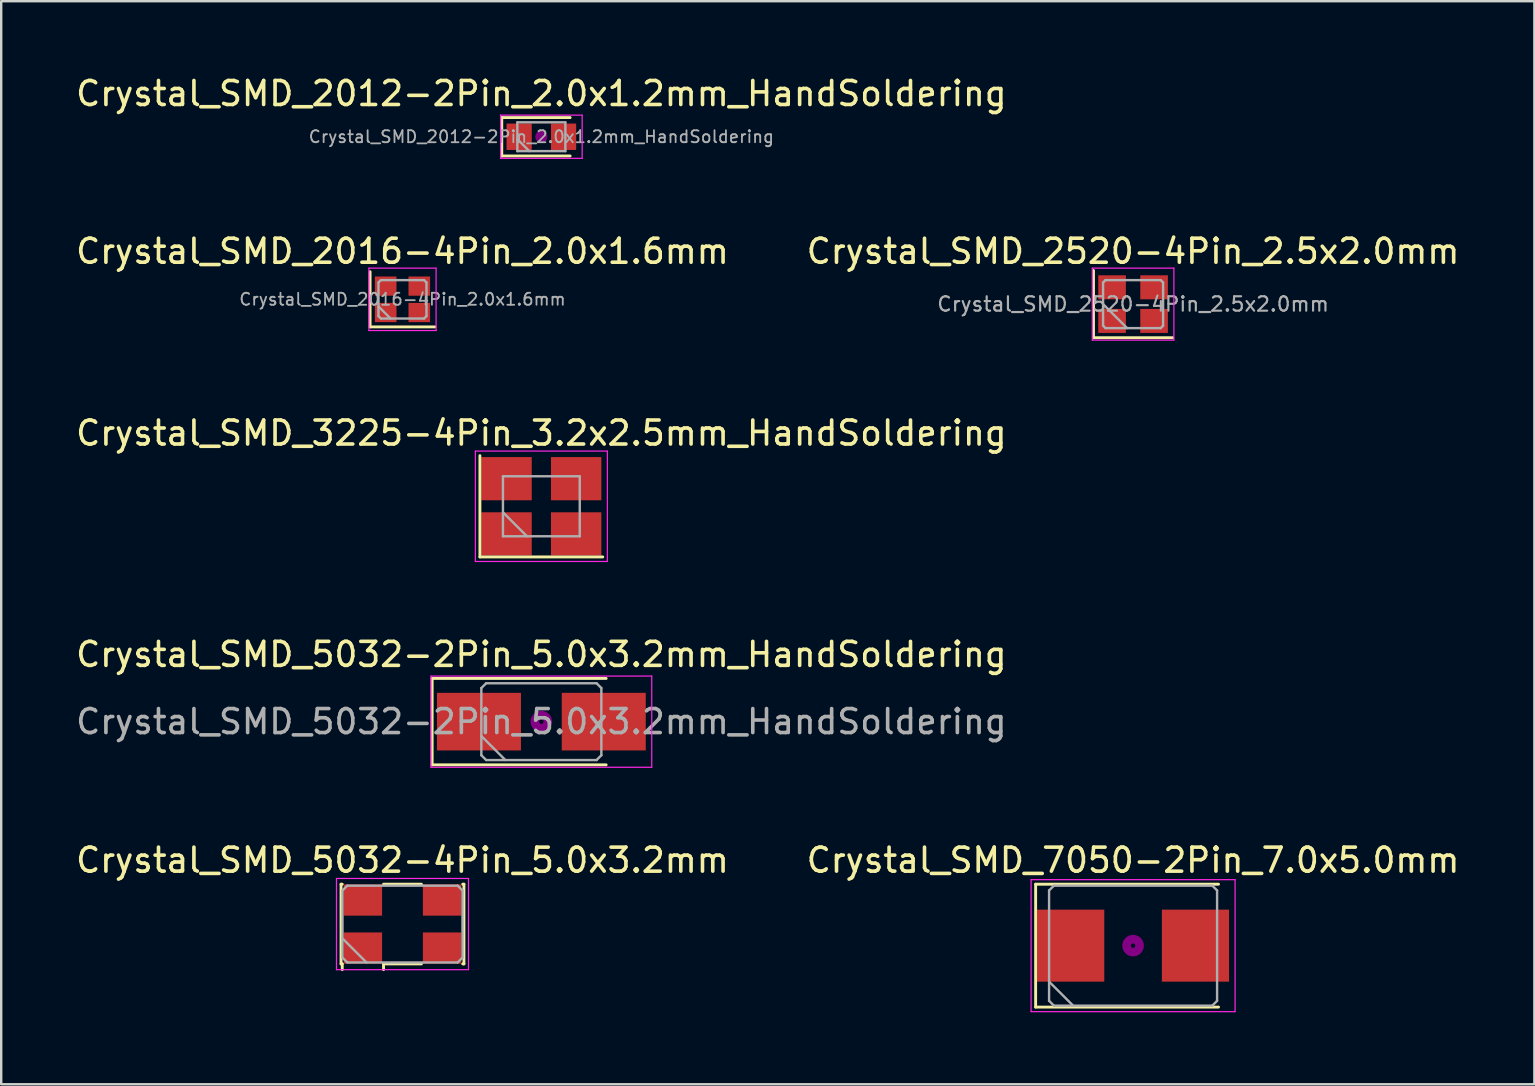
<source format=kicad_pcb>
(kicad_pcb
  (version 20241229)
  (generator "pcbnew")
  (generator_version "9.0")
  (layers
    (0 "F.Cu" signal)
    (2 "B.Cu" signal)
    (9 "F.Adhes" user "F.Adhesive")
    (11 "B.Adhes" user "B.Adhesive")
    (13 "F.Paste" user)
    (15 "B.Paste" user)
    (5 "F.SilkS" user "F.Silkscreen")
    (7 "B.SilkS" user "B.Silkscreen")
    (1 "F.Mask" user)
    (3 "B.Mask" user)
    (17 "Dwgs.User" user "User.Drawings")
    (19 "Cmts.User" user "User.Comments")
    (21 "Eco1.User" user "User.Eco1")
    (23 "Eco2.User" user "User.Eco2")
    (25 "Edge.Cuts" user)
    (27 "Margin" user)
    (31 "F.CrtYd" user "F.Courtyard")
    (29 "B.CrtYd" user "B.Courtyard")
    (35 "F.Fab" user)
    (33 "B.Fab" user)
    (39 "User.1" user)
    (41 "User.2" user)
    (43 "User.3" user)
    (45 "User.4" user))
  (footprint "Crystal_SMD_2016-4Pin_2.0x1.6mm"
    (layer "F.Cu")
    (at 13.72 9.421)
    (property "Reference" "Crystal_SMD_2016-4Pin_2.0x1.6mm" (at 0 -2 0) (layer "F.SilkS") (effects (font (size 1 1) (thickness 0.15))))
    (attr smd)
    (fp_line (start -1.35 -1.15) (end -1.35 1.15) (stroke (width 0.12) (type solid)) (layer "F.SilkS"))
    (fp_line (start -1.35 1.15) (end 1.35 1.15) (stroke (width 0.12) (type solid)) (layer "F.SilkS"))
    (fp_line (start -1.4 -1.3) (end -1.4 1.3) (stroke (width 0.05) (type solid)) (layer "F.CrtYd"))
    (fp_line (start -1.4 1.3) (end 1.4 1.3) (stroke (width 0.05) (type solid)) (layer "F.CrtYd"))
    (fp_line (start 1.4 -1.3) (end -1.4 -1.3) (stroke (width 0.05) (type solid)) (layer "F.CrtYd"))
    (fp_line (start 1.4 1.3) (end 1.4 -1.3) (stroke (width 0.05) (type solid)) (layer "F.CrtYd"))
    (fp_line (start -1 -0.7) (end -0.9 -0.8) (stroke (width 0.1) (type solid)) (layer "F.Fab"))
    (fp_line (start -1 0.3) (end -0.5 0.8) (stroke (width 0.1) (type solid)) (layer "F.Fab"))
    (fp_line (start -1 0.7) (end -1 -0.7) (stroke (width 0.1) (type solid)) (layer "F.Fab"))
    (fp_line (start -0.9 -0.8) (end 0.9 -0.8) (stroke (width 0.1) (type solid)) (layer "F.Fab"))
    (fp_line (start -0.9 0.8) (end -1 0.7) (stroke (width 0.1) (type solid)) (layer "F.Fab"))
    (fp_line (start 0.9 -0.8) (end 1 -0.7) (stroke (width 0.1) (type solid)) (layer "F.Fab"))
    (fp_line (start 0.9 0.8) (end -0.9 0.8) (stroke (width 0.1) (type solid)) (layer "F.Fab"))
    (fp_line (start 1 -0.7) (end 1 0.7) (stroke (width 0.1) (type solid)) (layer "F.Fab"))
    (fp_line (start 1 0.7) (end 0.9 0.8) (stroke (width 0.1) (type solid)) (layer "F.Fab"))
    (fp_text user "${REFERENCE}" (at 0 0 0) (layer "F.Fab") (effects (font (size 0.5 0.5) (thickness 0.075))))
    (pad "1" smd rect (at -0.7 0.55) (size 0.9 0.8) (layers "F.Cu" "F.Mask" "F.Paste"))
    (pad "2" smd rect (at 0.7 0.55) (size 0.9 0.8) (layers "F.Cu" "F.Mask" "F.Paste"))
    (pad "3" smd rect (at 0.7 -0.55) (size 0.9 0.8) (layers "F.Cu" "F.Mask" "F.Paste"))
    (pad "4" smd rect (at -0.7 -0.55) (size 0.9 0.8) (layers "F.Cu" "F.Mask" "F.Paste")))
  (footprint "Crystal_SMD_2520-4Pin_2.5x2.0mm"
    (layer "F.Cu")
    (at 44.161 9.621)
    (property "Reference" "Crystal_SMD_2520-4Pin_2.5x2.0mm" (at 0 -2.2 0) (layer "F.SilkS") (effects (font (size 1 1) (thickness 0.15))))
    (attr smd)
    (fp_line (start -1.65 -1.4) (end -1.65 1.4) (stroke (width 0.12) (type solid)) (layer "F.SilkS"))
    (fp_line (start -1.65 1.4) (end 1.65 1.4) (stroke (width 0.12) (type solid)) (layer "F.SilkS"))
    (fp_line (start -1.7 -1.5) (end -1.7 1.5) (stroke (width 0.05) (type solid)) (layer "F.CrtYd"))
    (fp_line (start -1.7 1.5) (end 1.7 1.5) (stroke (width 0.05) (type solid)) (layer "F.CrtYd"))
    (fp_line (start 1.7 -1.5) (end -1.7 -1.5) (stroke (width 0.05) (type solid)) (layer "F.CrtYd"))
    (fp_line (start 1.7 1.5) (end 1.7 -1.5) (stroke (width 0.05) (type solid)) (layer "F.CrtYd"))
    (fp_line (start -1.25 -0.9) (end -1.15 -1) (stroke (width 0.1) (type solid)) (layer "F.Fab"))
    (fp_line (start -1.25 0) (end -0.25 1) (stroke (width 0.1) (type solid)) (layer "F.Fab"))
    (fp_line (start -1.25 0.9) (end -1.25 -0.9) (stroke (width 0.1) (type solid)) (layer "F.Fab"))
    (fp_line (start -1.15 -1) (end 1.15 -1) (stroke (width 0.1) (type solid)) (layer "F.Fab"))
    (fp_line (start -1.15 1) (end -1.25 0.9) (stroke (width 0.1) (type solid)) (layer "F.Fab"))
    (fp_line (start 1.15 -1) (end 1.25 -0.9) (stroke (width 0.1) (type solid)) (layer "F.Fab"))
    (fp_line (start 1.15 1) (end -1.15 1) (stroke (width 0.1) (type solid)) (layer "F.Fab"))
    (fp_line (start 1.25 -0.9) (end 1.25 0.9) (stroke (width 0.1) (type solid)) (layer "F.Fab"))
    (fp_line (start 1.25 0.9) (end 1.15 1) (stroke (width 0.1) (type solid)) (layer "F.Fab"))
    (fp_text user "${REFERENCE}" (at 0 0 0) (layer "F.Fab") (effects (font (size 0.6 0.6) (thickness 0.09))))
    (pad "1" smd rect (at -0.875 0.7) (size 1.15 1) (layers "F.Cu" "F.Mask" "F.Paste"))
    (pad "2" smd rect (at 0.875 0.7) (size 1.15 1) (layers "F.Cu" "F.Mask" "F.Paste"))
    (pad "3" smd rect (at 0.875 -0.7) (size 1.15 1) (layers "F.Cu" "F.Mask" "F.Paste"))
    (pad "4" smd rect (at -0.875 -0.7) (size 1.15 1) (layers "F.Cu" "F.Mask" "F.Paste")))
  (footprint "Crystal_SMD_7050-2Pin_7.0x5.0mm"
    (layer "F.Cu")
    (at 44.161 36.351)
    (property "Reference" "Crystal_SMD_7050-2Pin_7.0x5.0mm" (at 0 -3.56 0) (layer "F.SilkS") (effects (font (size 1 1) (thickness 0.15))))
    (attr smd)
    (fp_line (start -4.06 -2.56) (end -4.06 2.56) (stroke (width 0.12) (type solid)) (layer "F.SilkS"))
    (fp_line (start -4.06 2.56) (end 3.56 2.56) (stroke (width 0.12) (type solid)) (layer "F.SilkS"))
    (fp_line (start 3.56 -2.56) (end -4.06 -2.56) (stroke (width 0.12) (type solid)) (layer "F.SilkS"))
    (fp_circle (center 0 0) (end 0.093 0) (stroke (width 0.187) (type solid)) (fill no) (layer "F.Adhes"))
    (fp_circle (center 0 0) (end 0.213 0) (stroke (width 0.133) (type solid)) (fill no) (layer "F.Adhes"))
    (fp_circle (center 0 0) (end 0.333 0) (stroke (width 0.133) (type solid)) (fill no) (layer "F.Adhes"))
    (fp_circle (center 0 0) (end 0.4 0) (stroke (width 0.1) (type solid)) (fill no) (layer "F.Adhes"))
    (fp_line (start -4.25 -2.75) (end -4.25 2.75) (stroke (width 0.05) (type solid)) (layer "F.CrtYd"))
    (fp_line (start -4.25 2.75) (end 4.25 2.75) (stroke (width 0.05) (type solid)) (layer "F.CrtYd"))
    (fp_line (start 4.25 -2.75) (end -4.25 -2.75) (stroke (width 0.05) (type solid)) (layer "F.CrtYd"))
    (fp_line (start 4.25 2.75) (end 4.25 -2.75) (stroke (width 0.05) (type solid)) (layer "F.CrtYd"))
    (fp_line (start -3.5 -2.3) (end -3.3 -2.5) (stroke (width 0.1) (type solid)) (layer "F.Fab"))
    (fp_line (start -3.5 1.5) (end -2.5 2.5) (stroke (width 0.1) (type solid)) (layer "F.Fab"))
    (fp_line (start -3.5 2.3) (end -3.5 -2.3) (stroke (width 0.1) (type solid)) (layer "F.Fab"))
    (fp_line (start -3.3 -2.5) (end 3.3 -2.5) (stroke (width 0.1) (type solid)) (layer "F.Fab"))
    (fp_line (start -3.3 2.5) (end -3.5 2.3) (stroke (width 0.1) (type solid)) (layer "F.Fab"))
    (fp_line (start 3.3 -2.5) (end 3.5 -2.3) (stroke (width 0.1) (type solid)) (layer "F.Fab"))
    (fp_line (start 3.3 2.5) (end -3.3 2.5) (stroke (width 0.1) (type solid)) (layer "F.Fab"))
    (fp_line (start 3.5 -2.3) (end 3.5 2.3) (stroke (width 0.1) (type solid)) (layer "F.Fab"))
    (fp_line (start 3.5 2.3) (end 3.3 2.5) (stroke (width 0.1) (type solid)) (layer "F.Fab"))
    (pad "1" smd rect (at -2.6 0) (size 2.8 3) (layers "F.Cu" "F.Mask"))
    (pad "2" smd rect (at 2.6 0) (size 2.8 3) (layers "F.Cu" "F.Mask")))
  (footprint "Crystal_SMD_2012-2Pin_2.0x1.2mm_HandSoldering"
    (layer "F.Cu")
    (at 19.506 2.648)
    (property "Reference" "Crystal_SMD_2012-2Pin_2.0x1.2mm_HandSoldering" (at 0 -1.8 0) (layer "F.SilkS") (effects (font (size 1 1) (thickness 0.15))))
    (attr smd)
    (fp_line (start -1.65 -0.8) (end -1.65 0.8) (stroke (width 0.12) (type solid)) (layer "F.SilkS"))
    (fp_line (start -1.65 0.8) (end 1.2 0.8) (stroke (width 0.12) (type solid)) (layer "F.SilkS"))
    (fp_line (start 1.2 -0.8) (end -1.65 -0.8) (stroke (width 0.12) (type solid)) (layer "F.SilkS"))
    (fp_circle (center 0 0) (end 0.047 0) (stroke (width 0.093) (type solid)) (fill no) (layer "F.Adhes"))
    (fp_circle (center 0 0) (end 0.107 0) (stroke (width 0.067) (type solid)) (fill no) (layer "F.Adhes"))
    (fp_circle (center 0 0) (end 0.167 0) (stroke (width 0.067) (type solid)) (fill no) (layer "F.Adhes"))
    (fp_circle (center 0 0) (end 0.2 0) (stroke (width 0.1) (type solid)) (fill no) (layer "F.Adhes"))
    (fp_line (start -1.7 -0.9) (end -1.7 0.9) (stroke (width 0.05) (type solid)) (layer "F.CrtYd"))
    (fp_line (start -1.7 0.9) (end 1.7 0.9) (stroke (width 0.05) (type solid)) (layer "F.CrtYd"))
    (fp_line (start 1.7 -0.9) (end -1.7 -0.9) (stroke (width 0.05) (type solid)) (layer "F.CrtYd"))
    (fp_line (start 1.7 0.9) (end 1.7 -0.9) (stroke (width 0.05) (type solid)) (layer "F.CrtYd"))
    (fp_line (start -1 -0.6) (end -1 0.6) (stroke (width 0.1) (type solid)) (layer "F.Fab"))
    (fp_line (start -1 0.1) (end -0.5 0.6) (stroke (width 0.1) (type solid)) (layer "F.Fab"))
    (fp_line (start -1 0.6) (end 1 0.6) (stroke (width 0.1) (type solid)) (layer "F.Fab"))
    (fp_line (start 1 -0.6) (end -1 -0.6) (stroke (width 0.1) (type solid)) (layer "F.Fab"))
    (fp_line (start 1 0.6) (end 1 -0.6) (stroke (width 0.1) (type solid)) (layer "F.Fab"))
    (fp_text user "${REFERENCE}" (at 0 0 0) (layer "F.Fab") (effects (font (size 0.5 0.5) (thickness 0.075))))
    (pad "1" smd rect (at -0.925 0) (size 1.05 1.1) (layers "F.Cu" "F.Mask" "F.Paste"))
    (pad "2" smd rect (at 0.925 0) (size 1.05 1.1) (layers "F.Cu" "F.Mask" "F.Paste")))
  (footprint "Crystal_SMD_3225-4Pin_3.2x2.5mm_HandSoldering"
    (layer "F.Cu")
    (at 19.506 18.045)
    (property "Reference" "Crystal_SMD_3225-4Pin_3.2x2.5mm_HandSoldering" (at 0 -3.05 0) (layer "F.SilkS") (effects (font (size 1 1) (thickness 0.15))))
    (attr smd)
    (fp_line (start -2.56 -2.11) (end -2.56 2.11) (stroke (width 0.12) (type solid)) (layer "F.SilkS"))
    (fp_line (start -2.56 2.11) (end 2.56 2.11) (stroke (width 0.12) (type solid)) (layer "F.SilkS"))
    (fp_line (start -2.75 -2.3) (end -2.75 2.3) (stroke (width 0.05) (type solid)) (layer "F.CrtYd"))
    (fp_line (start -2.75 2.3) (end 2.75 2.3) (stroke (width 0.05) (type solid)) (layer "F.CrtYd"))
    (fp_line (start 2.75 -2.3) (end -2.75 -2.3) (stroke (width 0.05) (type solid)) (layer "F.CrtYd"))
    (fp_line (start 2.75 2.3) (end 2.75 -2.3) (stroke (width 0.05) (type solid)) (layer "F.CrtYd"))
    (fp_line (start -1.6 -1.25) (end -1.6 1.25) (stroke (width 0.1) (type solid)) (layer "F.Fab"))
    (fp_line (start -1.6 0.25) (end -0.6 1.25) (stroke (width 0.1) (type solid)) (layer "F.Fab"))
    (fp_line (start -1.6 1.25) (end 1.6 1.25) (stroke (width 0.1) (type solid)) (layer "F.Fab"))
    (fp_line (start 1.6 -1.25) (end -1.6 -1.25) (stroke (width 0.1) (type solid)) (layer "F.Fab"))
    (fp_line (start 1.6 1.25) (end 1.6 -1.25) (stroke (width 0.1) (type solid)) (layer "F.Fab"))
    (pad "1" smd rect (at -1.45 1.15) (size 2.1 1.8) (layers "F.Cu" "F.Mask"))
    (pad "2" smd rect (at 1.45 1.15) (size 2.1 1.8) (layers "F.Cu" "F.Mask"))
    (pad "3" smd rect (at 1.45 -1.15) (size 2.1 1.8) (layers "F.Cu" "F.Mask"))
    (pad "4" smd rect (at -1.45 -1.15) (size 2.1 1.8) (layers "F.Cu" "F.Mask")))
  (footprint "Crystal_SMD_5032-2Pin_5.0x3.2mm_HandSoldering"
    (layer "F.Cu")
    (at 19.506 27.018)
    (property "Reference" "Crystal_SMD_5032-2Pin_5.0x3.2mm_HandSoldering" (at 0 -2.8 0) (layer "F.SilkS") (effects (font (size 1 1) (thickness 0.15))))
    (attr smd)
    (fp_line (start -4.55 -1.8) (end -4.55 1.8) (stroke (width 0.12) (type solid)) (layer "F.SilkS"))
    (fp_line (start -4.55 1.8) (end 2.7 1.8) (stroke (width 0.12) (type solid)) (layer "F.SilkS"))
    (fp_line (start 2.7 -1.8) (end -4.55 -1.8) (stroke (width 0.12) (type solid)) (layer "F.SilkS"))
    (fp_circle (center 0 0) (end 0.093 0) (stroke (width 0.187) (type solid)) (fill no) (layer "F.Adhes"))
    (fp_circle (center 0 0) (end 0.213 0) (stroke (width 0.133) (type solid)) (fill no) (layer "F.Adhes"))
    (fp_circle (center 0 0) (end 0.333 0) (stroke (width 0.133) (type solid)) (fill no) (layer "F.Adhes"))
    (fp_circle (center 0 0) (end 0.4 0) (stroke (width 0.1) (type solid)) (fill no) (layer "F.Adhes"))
    (fp_line (start -4.6 -1.9) (end -4.6 1.9) (stroke (width 0.05) (type solid)) (layer "F.CrtYd"))
    (fp_line (start -4.6 1.9) (end 4.6 1.9) (stroke (width 0.05) (type solid)) (layer "F.CrtYd"))
    (fp_line (start 4.6 -1.9) (end -4.6 -1.9) (stroke (width 0.05) (type solid)) (layer "F.CrtYd"))
    (fp_line (start 4.6 1.9) (end 4.6 -1.9) (stroke (width 0.05) (type solid)) (layer "F.CrtYd"))
    (fp_line (start -2.5 -1.4) (end -2.3 -1.6) (stroke (width 0.1) (type solid)) (layer "F.Fab"))
    (fp_line (start -2.5 0.6) (end -1.5 1.6) (stroke (width 0.1) (type solid)) (layer "F.Fab"))
    (fp_line (start -2.5 1.4) (end -2.5 -1.4) (stroke (width 0.1) (type solid)) (layer "F.Fab"))
    (fp_line (start -2.3 -1.6) (end 2.3 -1.6) (stroke (width 0.1) (type solid)) (layer "F.Fab"))
    (fp_line (start -2.3 1.6) (end -2.5 1.4) (stroke (width 0.1) (type solid)) (layer "F.Fab"))
    (fp_line (start 2.3 -1.6) (end 2.5 -1.4) (stroke (width 0.1) (type solid)) (layer "F.Fab"))
    (fp_line (start 2.3 1.6) (end -2.3 1.6) (stroke (width 0.1) (type solid)) (layer "F.Fab"))
    (fp_line (start 2.5 -1.4) (end 2.5 1.4) (stroke (width 0.1) (type solid)) (layer "F.Fab"))
    (fp_line (start 2.5 1.4) (end 2.3 1.6) (stroke (width 0.1) (type solid)) (layer "F.Fab"))
    (fp_text user "${REFERENCE}" (at 0 0 0) (layer "F.Fab") (effects (font (size 1 1) (thickness 0.15))))
    (pad "1" smd rect (at -2.6 0) (size 3.5 2.4) (layers "F.Cu" "F.Mask" "F.Paste"))
    (pad "2" smd rect (at 2.6 0) (size 3.5 2.4) (layers "F.Cu" "F.Mask" "F.Paste")))
  (footprint "Crystal_SMD_5032-4Pin_5.0x3.2mm"
    (layer "F.Cu")
    (at 13.72 35.451)
    (property "Reference" "Crystal_SMD_5032-4Pin_5.0x3.2mm" (at 0 -2.66 0) (layer "F.SilkS") (effects (font (size 1 1) (thickness 0.15))))
    (attr smd)
    (fp_line (start -2.56 -1.66) (end -2.51 -1.66) (stroke (width 0.12) (type solid)) (layer "F.SilkS"))
    (fp_line (start -2.56 1.66) (end -2.56 -1.66) (stroke (width 0.12) (type solid)) (layer "F.SilkS"))
    (fp_line (start -2.51 1.66) (end -2.56 1.66) (stroke (width 0.12) (type solid)) (layer "F.SilkS"))
    (fp_line (start -2.51 1.9) (end -2.51 1.66) (stroke (width 0.12) (type solid)) (layer "F.SilkS"))
    (fp_line (start -0.79 -1.66) (end 0.79 -1.66) (stroke (width 0.12) (type solid)) (layer "F.SilkS"))
    (fp_line (start -0.79 1.66) (end -0.79 1.9) (stroke (width 0.12) (type solid)) (layer "F.SilkS"))
    (fp_line (start 0.79 1.66) (end -0.79 1.66) (stroke (width 0.12) (type solid)) (layer "F.SilkS"))
    (fp_line (start 2.51 -1.66) (end 2.56 -1.66) (stroke (width 0.12) (type solid)) (layer "F.SilkS"))
    (fp_line (start 2.56 -1.66) (end 2.56 1.66) (stroke (width 0.12) (type solid)) (layer "F.SilkS"))
    (fp_line (start 2.56 1.66) (end 2.51 1.66) (stroke (width 0.12) (type solid)) (layer "F.SilkS"))
    (fp_line (start -2.75 -1.9) (end -2.75 1.9) (stroke (width 0.05) (type solid)) (layer "F.CrtYd"))
    (fp_line (start -2.75 1.9) (end 2.75 1.9) (stroke (width 0.05) (type solid)) (layer "F.CrtYd"))
    (fp_line (start 2.75 -1.9) (end -2.75 -1.9) (stroke (width 0.05) (type solid)) (layer "F.CrtYd"))
    (fp_line (start 2.75 1.9) (end 2.75 -1.9) (stroke (width 0.05) (type solid)) (layer "F.CrtYd"))
    (fp_line (start -2.5 -1.4) (end -2.3 -1.6) (stroke (width 0.1) (type solid)) (layer "F.Fab"))
    (fp_line (start -2.5 0.6) (end -1.5 1.6) (stroke (width 0.1) (type solid)) (layer "F.Fab"))
    (fp_line (start -2.5 1.4) (end -2.5 -1.4) (stroke (width 0.1) (type solid)) (layer "F.Fab"))
    (fp_line (start -2.3 -1.6) (end 2.3 -1.6) (stroke (width 0.1) (type solid)) (layer "F.Fab"))
    (fp_line (start -2.3 1.6) (end -2.5 1.4) (stroke (width 0.1) (type solid)) (layer "F.Fab"))
    (fp_line (start 2.3 -1.6) (end 2.5 -1.4) (stroke (width 0.1) (type solid)) (layer "F.Fab"))
    (fp_line (start 2.3 1.6) (end -2.3 1.6) (stroke (width 0.1) (type solid)) (layer "F.Fab"))
    (fp_line (start 2.5 -1.4) (end 2.5 1.4) (stroke (width 0.1) (type solid)) (layer "F.Fab"))
    (fp_line (start 2.5 1.4) (end 2.3 1.6) (stroke (width 0.1) (type solid)) (layer "F.Fab"))
    (pad "1" smd rect (at -1.65 1) (size 1.6 1.3) (layers "F.Cu" "F.Mask"))
    (pad "2" smd rect (at 1.65 1) (size 1.6 1.3) (layers "F.Cu" "F.Mask"))
    (pad "3" smd rect (at 1.65 -1) (size 1.6 1.3) (layers "F.Cu" "F.Mask"))
    (pad "4" smd rect (at -1.65 -1) (size 1.6 1.3) (layers "F.Cu" "F.Mask")))
  (gr_rect
    (start -3 -3)
    (end 60.881 42.126)
    (stroke (width 0.1) (type default))
    (fill no)
    (layer "Edge.Cuts")))
</source>
